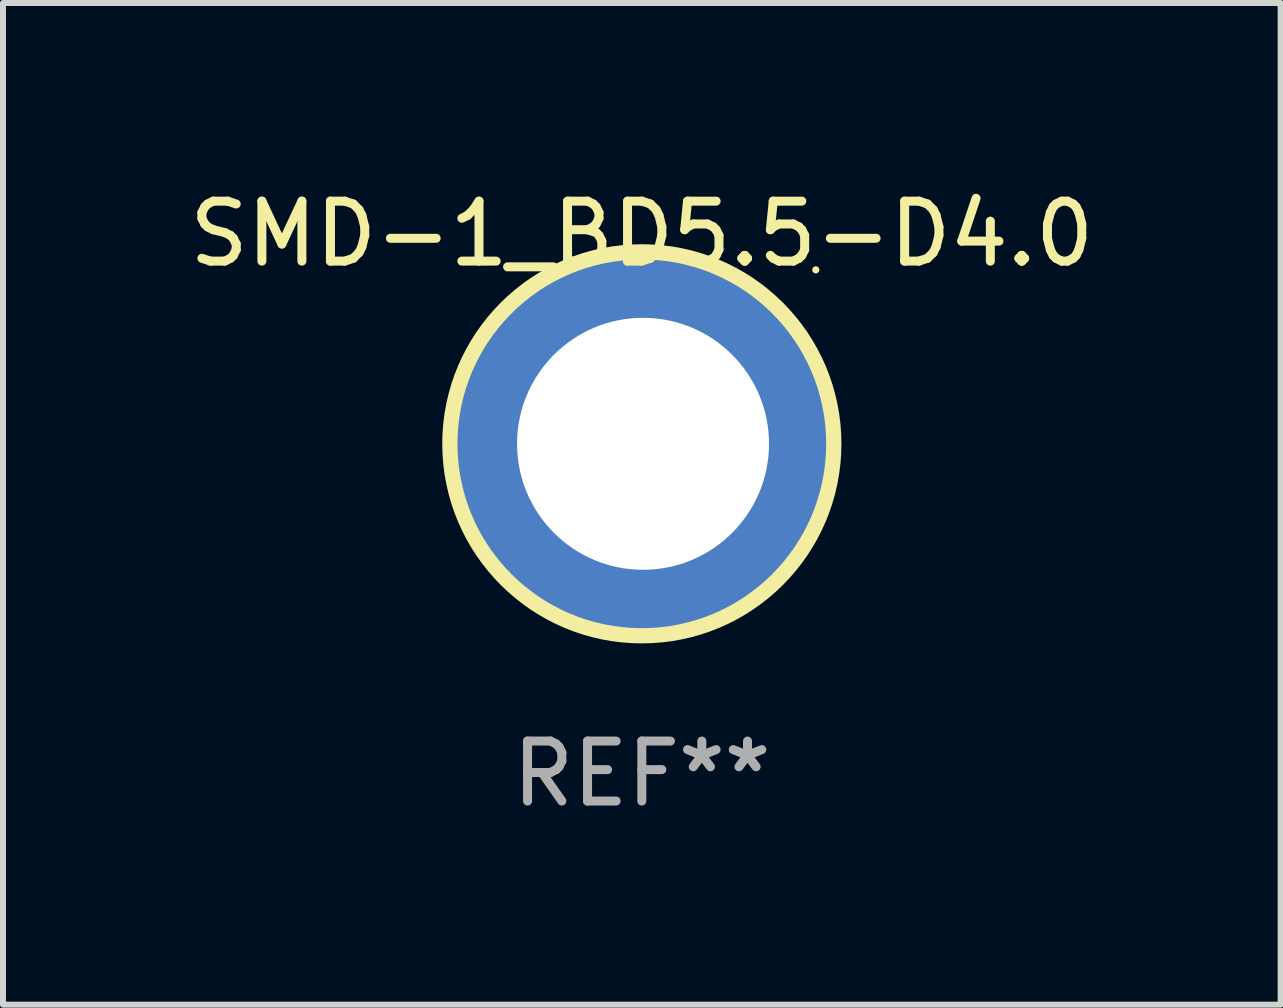
<source format=kicad_pcb>
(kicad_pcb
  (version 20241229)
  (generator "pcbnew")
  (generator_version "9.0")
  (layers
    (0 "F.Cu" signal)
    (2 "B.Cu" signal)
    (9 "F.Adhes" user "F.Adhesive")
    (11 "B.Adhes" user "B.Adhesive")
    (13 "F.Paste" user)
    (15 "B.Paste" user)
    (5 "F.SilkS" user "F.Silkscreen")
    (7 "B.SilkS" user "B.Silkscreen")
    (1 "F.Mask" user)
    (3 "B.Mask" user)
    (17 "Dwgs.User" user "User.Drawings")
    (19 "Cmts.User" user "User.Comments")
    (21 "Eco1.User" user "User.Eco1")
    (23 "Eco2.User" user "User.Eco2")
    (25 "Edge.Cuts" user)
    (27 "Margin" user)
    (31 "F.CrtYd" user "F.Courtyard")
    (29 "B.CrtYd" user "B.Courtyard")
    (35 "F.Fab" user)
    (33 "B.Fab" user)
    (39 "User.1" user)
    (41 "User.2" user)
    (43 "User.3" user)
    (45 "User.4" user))
  (footprint "SMD-1_BD5.5-D4.0"
    (layer "F.Cu")
    (at 7.649 4.348)
    (property "Reference" "SMD-1_BD5.5-D4.0" (at -0.000102 -3.5 0) (layer "F.SilkS") (effects (font (size 1 1) (thickness 0.15))))
    (attr smd)
    (fp_circle (center 0.000025 0.000025) (end 3.2 0.000025) (stroke (width 0.254) (type solid)) (fill no) (layer "F.SilkS"))
    (fp_circle (center 2.9 -2.9) (end 2.93 -2.9) (stroke (width 0.06) (type solid)) (fill no) (layer "F.SilkS"))
    (fp_text user "REF**" (at -0.000102 5.5 0) (layer "F.Fab") (effects (font (size 1 1) (thickness 0.15))))
    (pad "1" thru_hole circle (at 0.02 0) (size 6.2 6.2) (drill 4.2) (layers "*.Cu" "*.Mask")))
  (gr_rect
    (start -3 -3)
    (end 18.298 13.697)
    (stroke (width 0.1) (type default))
    (fill no)
    (layer "Edge.Cuts")))
</source>
